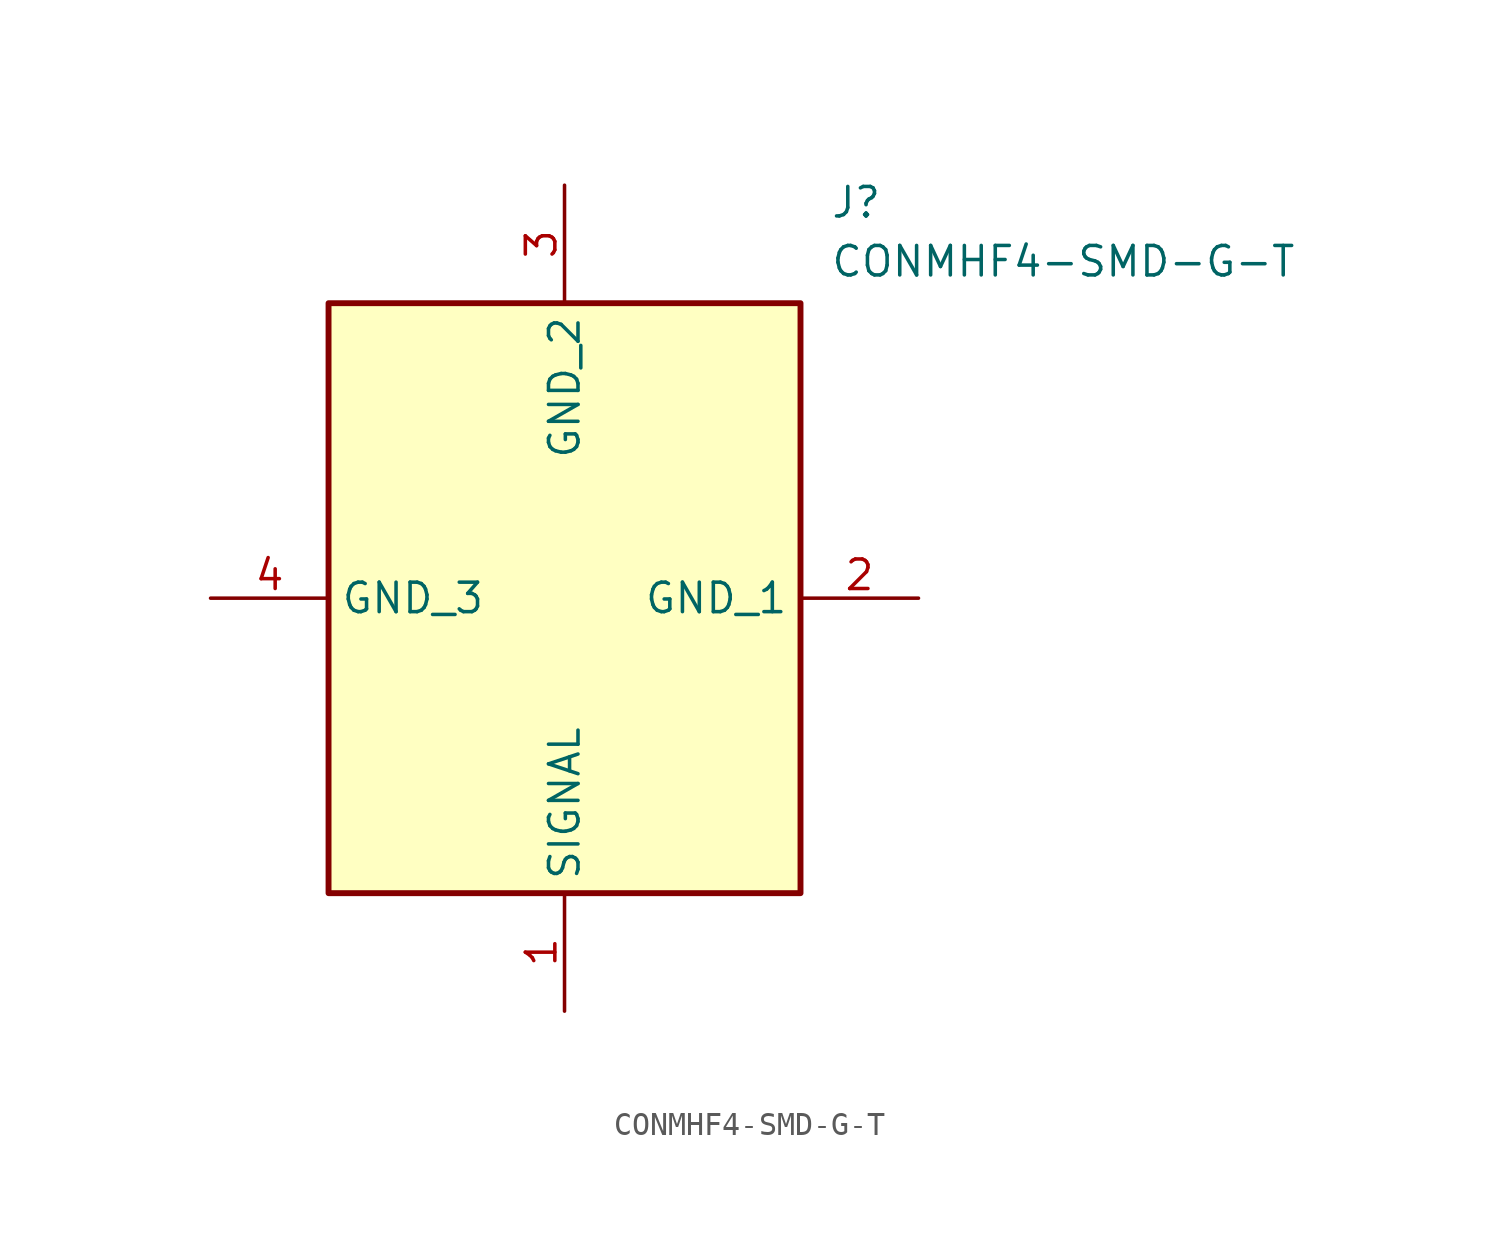
<source format=kicad_sym>
(kicad_symbol_lib
  (version 20211014)
  (generator SamacSys_ECAD_Model)
  (symbol "CONMHF4-SMD-G-T"
    (property "Reference" "J"
      (at 26.67 17.78 0)
      (effects (font (size 1.27 1.27)) (justify left top)))
    (property "Value" "CONMHF4-SMD-G-T"
      (at 26.67 15.24 0)
      (effects (font (size 1.27 1.27)) (justify left top)))
    (rectangle
      (start 5.08 12.7)
      (end 25.4 -12.7)
      (stroke (width 0.254) (type default))
      (fill (type background)))
    (pin passive line
      (at 15.24 -17.78 90)
      (length 5.08)
      (name "SIGNAL" (effects (font (size 1.27 1.27))))
      (number "1" (effects (font (size 1.27 1.27)))))
    (pin passive line
      (at 30.48 0 180)
      (length 5.08)
      (name "GND_1" (effects (font (size 1.27 1.27))))
      (number "2" (effects (font (size 1.27 1.27)))))
    (pin passive line
      (at 15.24 17.78 270)
      (length 5.08)
      (name "GND_2" (effects (font (size 1.27 1.27))))
      (number "3" (effects (font (size 1.27 1.27)))))
    (pin passive line
      (at 0 0 0)
      (length 5.08)
      (name "GND_3" (effects (font (size 1.27 1.27))))
      (number "4" (effects (font (size 1.27 1.27)))))))
</source>
